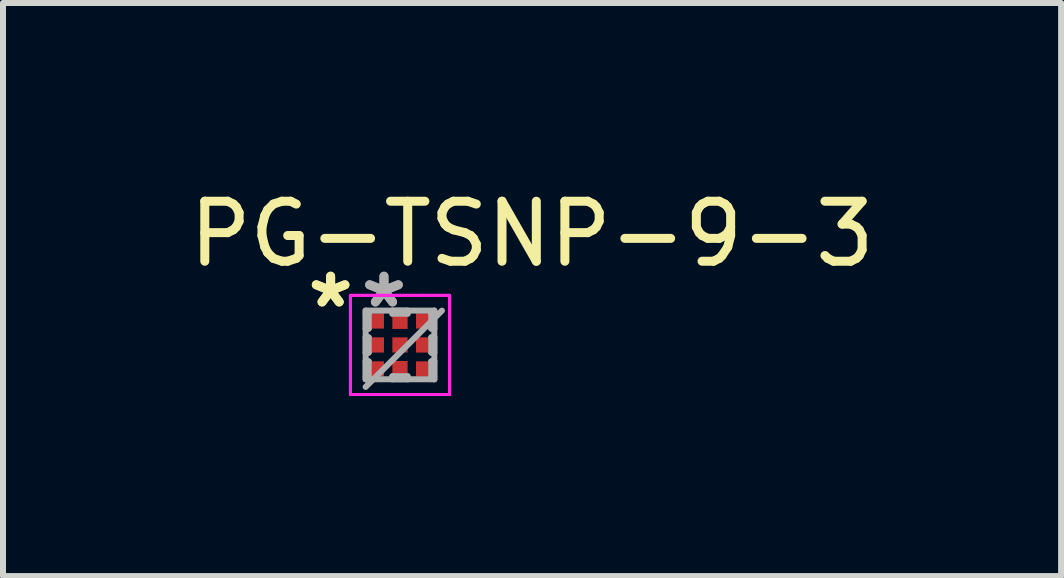
<source format=kicad_pcb>
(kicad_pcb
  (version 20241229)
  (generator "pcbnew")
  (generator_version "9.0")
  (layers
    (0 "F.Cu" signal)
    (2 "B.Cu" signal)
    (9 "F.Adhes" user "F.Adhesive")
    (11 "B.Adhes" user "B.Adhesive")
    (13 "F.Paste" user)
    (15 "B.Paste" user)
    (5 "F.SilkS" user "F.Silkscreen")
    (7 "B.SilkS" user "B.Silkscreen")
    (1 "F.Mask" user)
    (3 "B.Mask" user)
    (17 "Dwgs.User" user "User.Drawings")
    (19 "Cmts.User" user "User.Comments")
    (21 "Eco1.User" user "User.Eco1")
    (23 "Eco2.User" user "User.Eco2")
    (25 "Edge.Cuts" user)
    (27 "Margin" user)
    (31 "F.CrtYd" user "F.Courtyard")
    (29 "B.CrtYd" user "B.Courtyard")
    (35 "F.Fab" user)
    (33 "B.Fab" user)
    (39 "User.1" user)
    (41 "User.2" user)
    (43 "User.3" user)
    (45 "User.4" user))
  (footprint "PG-TSNP-9-3"
    (layer "F.Cu")
    (at 3.615 2.698)
    (property "Reference" "PG-TSNP-9-3" (at 2.2 -1.85 0) (layer "F.SilkS") (effects (font (size 1 1) (thickness 0.15))))
    (attr through_hole)
    (fp_line (start -0.826 -0.826) (end -0.381 -0.826) (stroke (width 0.05) (type solid)) (layer "F.CrtYd"))
    (fp_line (start -0.826 -0.826) (end -0.381 -0.826) (stroke (width 0.05) (type solid)) (layer "F.CrtYd"))
    (fp_line (start -0.826 -0.781) (end -0.826 -0.826) (stroke (width 0.05) (type solid)) (layer "F.CrtYd"))
    (fp_line (start -0.826 -0.781) (end -0.826 -0.826) (stroke (width 0.05) (type solid)) (layer "F.CrtYd"))
    (fp_line (start -0.826 -0.781) (end -0.826 -0.781) (stroke (width 0.05) (type solid)) (layer "F.CrtYd"))
    (fp_line (start -0.826 -0.781) (end -0.826 -0.781) (stroke (width 0.05) (type solid)) (layer "F.CrtYd"))
    (fp_line (start -0.826 0.781) (end -0.826 -0.781) (stroke (width 0.05) (type solid)) (layer "F.CrtYd"))
    (fp_line (start -0.826 0.781) (end -0.826 -0.781) (stroke (width 0.05) (type solid)) (layer "F.CrtYd"))
    (fp_line (start -0.826 0.781) (end -0.826 0.781) (stroke (width 0.05) (type solid)) (layer "F.CrtYd"))
    (fp_line (start -0.826 0.781) (end -0.826 0.781) (stroke (width 0.05) (type solid)) (layer "F.CrtYd"))
    (fp_line (start -0.826 0.826) (end -0.826 0.781) (stroke (width 0.05) (type solid)) (layer "F.CrtYd"))
    (fp_line (start -0.826 0.826) (end -0.826 0.781) (stroke (width 0.05) (type solid)) (layer "F.CrtYd"))
    (fp_line (start -0.381 -0.826) (end -0.381 -0.826) (stroke (width 0.05) (type solid)) (layer "F.CrtYd"))
    (fp_line (start -0.381 -0.826) (end -0.381 -0.826) (stroke (width 0.05) (type solid)) (layer "F.CrtYd"))
    (fp_line (start -0.381 -0.826) (end 0.381 -0.826) (stroke (width 0.05) (type solid)) (layer "F.CrtYd"))
    (fp_line (start -0.381 -0.826) (end 0.381 -0.826) (stroke (width 0.05) (type solid)) (layer "F.CrtYd"))
    (fp_line (start -0.381 0.826) (end -0.826 0.826) (stroke (width 0.05) (type solid)) (layer "F.CrtYd"))
    (fp_line (start -0.381 0.826) (end -0.826 0.826) (stroke (width 0.05) (type solid)) (layer "F.CrtYd"))
    (fp_line (start -0.381 0.826) (end -0.381 0.826) (stroke (width 0.05) (type solid)) (layer "F.CrtYd"))
    (fp_line (start -0.381 0.826) (end -0.381 0.826) (stroke (width 0.05) (type solid)) (layer "F.CrtYd"))
    (fp_line (start 0.381 -0.826) (end 0.381 -0.826) (stroke (width 0.05) (type solid)) (layer "F.CrtYd"))
    (fp_line (start 0.381 -0.826) (end 0.381 -0.826) (stroke (width 0.05) (type solid)) (layer "F.CrtYd"))
    (fp_line (start 0.381 -0.826) (end 0.826 -0.826) (stroke (width 0.05) (type solid)) (layer "F.CrtYd"))
    (fp_line (start 0.381 -0.826) (end 0.826 -0.826) (stroke (width 0.05) (type solid)) (layer "F.CrtYd"))
    (fp_line (start 0.381 0.826) (end -0.381 0.826) (stroke (width 0.05) (type solid)) (layer "F.CrtYd"))
    (fp_line (start 0.381 0.826) (end -0.381 0.826) (stroke (width 0.05) (type solid)) (layer "F.CrtYd"))
    (fp_line (start 0.381 0.826) (end 0.381 0.826) (stroke (width 0.05) (type solid)) (layer "F.CrtYd"))
    (fp_line (start 0.381 0.826) (end 0.381 0.826) (stroke (width 0.05) (type solid)) (layer "F.CrtYd"))
    (fp_line (start 0.826 -0.826) (end 0.826 -0.781) (stroke (width 0.05) (type solid)) (layer "F.CrtYd"))
    (fp_line (start 0.826 -0.826) (end 0.826 -0.781) (stroke (width 0.05) (type solid)) (layer "F.CrtYd"))
    (fp_line (start 0.826 -0.781) (end 0.826 -0.781) (stroke (width 0.05) (type solid)) (layer "F.CrtYd"))
    (fp_line (start 0.826 -0.781) (end 0.826 -0.781) (stroke (width 0.05) (type solid)) (layer "F.CrtYd"))
    (fp_line (start 0.826 -0.781) (end 0.826 0.781) (stroke (width 0.05) (type solid)) (layer "F.CrtYd"))
    (fp_line (start 0.826 -0.781) (end 0.826 0.781) (stroke (width 0.05) (type solid)) (layer "F.CrtYd"))
    (fp_line (start 0.826 0.781) (end 0.826 0.781) (stroke (width 0.05) (type solid)) (layer "F.CrtYd"))
    (fp_line (start 0.826 0.781) (end 0.826 0.781) (stroke (width 0.05) (type solid)) (layer "F.CrtYd"))
    (fp_line (start 0.826 0.781) (end 0.826 0.826) (stroke (width 0.05) (type solid)) (layer "F.CrtYd"))
    (fp_line (start 0.826 0.781) (end 0.826 0.826) (stroke (width 0.05) (type solid)) (layer "F.CrtYd"))
    (fp_line (start 0.826 0.826) (end 0.381 0.826) (stroke (width 0.05) (type solid)) (layer "F.CrtYd"))
    (fp_line (start 0.826 0.826) (end 0.381 0.826) (stroke (width 0.05) (type solid)) (layer "F.CrtYd"))
    (fp_line (start -0.572 -0.572) (end -0.572 -0.572) (stroke (width 0.1) (type solid)) (layer "F.Fab"))
    (fp_line (start -0.572 -0.572) (end -0.572 0.572) (stroke (width 0.1) (type solid)) (layer "F.Fab"))
    (fp_line (start -0.572 -0.527) (end -0.521 -0.527) (stroke (width 0.1) (type solid)) (layer "F.Fab"))
    (fp_line (start -0.572 -0.273) (end -0.572 -0.527) (stroke (width 0.1) (type solid)) (layer "F.Fab"))
    (fp_line (start -0.572 -0.127) (end -0.521 -0.127) (stroke (width 0.1) (type solid)) (layer "F.Fab"))
    (fp_line (start -0.572 0.127) (end -0.572 -0.127) (stroke (width 0.1) (type solid)) (layer "F.Fab"))
    (fp_line (start -0.572 0.273) (end -0.521 0.273) (stroke (width 0.1) (type solid)) (layer "F.Fab"))
    (fp_line (start -0.572 0.527) (end -0.572 0.273) (stroke (width 0.1) (type solid)) (layer "F.Fab"))
    (fp_line (start -0.572 0.572) (end -0.572 0.572) (stroke (width 0.1) (type solid)) (layer "F.Fab"))
    (fp_line (start -0.572 0.572) (end 0.572 0.572) (stroke (width 0.1) (type solid)) (layer "F.Fab"))
    (fp_line (start -0.572 0.699) (end 0.699 -0.572) (stroke (width 0.1) (type solid)) (layer "F.Fab"))
    (fp_line (start -0.521 -0.527) (end -0.521 -0.273) (stroke (width 0.1) (type solid)) (layer "F.Fab"))
    (fp_line (start -0.521 -0.273) (end -0.572 -0.273) (stroke (width 0.1) (type solid)) (layer "F.Fab"))
    (fp_line (start -0.521 -0.127) (end -0.521 0.127) (stroke (width 0.1) (type solid)) (layer "F.Fab"))
    (fp_line (start -0.521 0.127) (end -0.572 0.127) (stroke (width 0.1) (type solid)) (layer "F.Fab"))
    (fp_line (start -0.521 0.273) (end -0.521 0.527) (stroke (width 0.1) (type solid)) (layer "F.Fab"))
    (fp_line (start -0.521 0.527) (end -0.572 0.527) (stroke (width 0.1) (type solid)) (layer "F.Fab"))
    (fp_line (start -0.127 -0.572) (end 0.127 -0.572) (stroke (width 0.1) (type solid)) (layer "F.Fab"))
    (fp_line (start -0.127 -0.521) (end -0.127 -0.572) (stroke (width 0.1) (type solid)) (layer "F.Fab"))
    (fp_line (start -0.127 0.521) (end 0.127 0.521) (stroke (width 0.1) (type solid)) (layer "F.Fab"))
    (fp_line (start -0.127 0.572) (end -0.127 0.521) (stroke (width 0.1) (type solid)) (layer "F.Fab"))
    (fp_line (start 0.127 -0.572) (end 0.127 -0.521) (stroke (width 0.1) (type solid)) (layer "F.Fab"))
    (fp_line (start 0.127 -0.521) (end -0.127 -0.521) (stroke (width 0.1) (type solid)) (layer "F.Fab"))
    (fp_line (start 0.127 0.521) (end 0.127 0.572) (stroke (width 0.1) (type solid)) (layer "F.Fab"))
    (fp_line (start 0.127 0.572) (end -0.127 0.572) (stroke (width 0.1) (type solid)) (layer "F.Fab"))
    (fp_line (start 0.521 -0.527) (end 0.572 -0.527) (stroke (width 0.1) (type solid)) (layer "F.Fab"))
    (fp_line (start 0.521 -0.273) (end 0.521 -0.527) (stroke (width 0.1) (type solid)) (layer "F.Fab"))
    (fp_line (start 0.521 -0.127) (end 0.572 -0.127) (stroke (width 0.1) (type solid)) (layer "F.Fab"))
    (fp_line (start 0.521 0.127) (end 0.521 -0.127) (stroke (width 0.1) (type solid)) (layer "F.Fab"))
    (fp_line (start 0.521 0.273) (end 0.572 0.273) (stroke (width 0.1) (type solid)) (layer "F.Fab"))
    (fp_line (start 0.521 0.527) (end 0.521 0.273) (stroke (width 0.1) (type solid)) (layer "F.Fab"))
    (fp_line (start 0.572 -0.572) (end -0.572 -0.572) (stroke (width 0.1) (type solid)) (layer "F.Fab"))
    (fp_line (start 0.572 -0.572) (end 0.572 -0.572) (stroke (width 0.1) (type solid)) (layer "F.Fab"))
    (fp_line (start 0.572 -0.527) (end 0.572 -0.273) (stroke (width 0.1) (type solid)) (layer "F.Fab"))
    (fp_line (start 0.572 -0.273) (end 0.521 -0.273) (stroke (width 0.1) (type solid)) (layer "F.Fab"))
    (fp_line (start 0.572 -0.127) (end 0.572 0.127) (stroke (width 0.1) (type solid)) (layer "F.Fab"))
    (fp_line (start 0.572 0.127) (end 0.521 0.127) (stroke (width 0.1) (type solid)) (layer "F.Fab"))
    (fp_line (start 0.572 0.273) (end 0.572 0.527) (stroke (width 0.1) (type solid)) (layer "F.Fab"))
    (fp_line (start 0.572 0.527) (end 0.521 0.527) (stroke (width 0.1) (type solid)) (layer "F.Fab"))
    (fp_line (start 0.572 0.572) (end 0.572 -0.572) (stroke (width 0.1) (type solid)) (layer "F.Fab"))
    (fp_line (start 0.572 0.572) (end 0.572 0.572) (stroke (width 0.1) (type solid)) (layer "F.Fab"))
    (fp_text user "*" (at -1.156 -0.6 0) (layer "F.SilkS") (effects (font (size 1 1) (thickness 0.15))))
    (fp_text user "*" (at -1.156 -0.6 0) (layer "F.SilkS") (effects (font (size 1 1) (thickness 0.15))))
    (fp_text user "*" (at -0.267 -0.6 0) (layer "F.Fab") (effects (font (size 1 1) (thickness 0.15))))
    (fp_text user "*" (at -0.267 -0.6 0) (layer "F.Fab") (effects (font (size 1 1) (thickness 0.15))))
    (pad "1" smd rect (at -0.394 -0.4 90) (size 0.254 0.254) (layers "F.Cu" "F.Mask" "F.Paste"))
    (pad "2" smd rect (at -0.394 0 90) (size 0.254 0.254) (layers "F.Cu" "F.Mask" "F.Paste"))
    (pad "3" smd rect (at -0.394 0.4 90) (size 0.254 0.254) (layers "F.Cu" "F.Mask" "F.Paste"))
    (pad "4" smd rect (at 0 0.394) (size 0.254 0.254) (layers "F.Cu" "F.Mask" "F.Paste"))
    (pad "5" smd rect (at 0.394 0.4 90) (size 0.254 0.254) (layers "F.Cu" "F.Mask" "F.Paste"))
    (pad "6" smd rect (at 0.394 0 90) (size 0.254 0.254) (layers "F.Cu" "F.Mask" "F.Paste"))
    (pad "7" smd rect (at 0.394 -0.4 90) (size 0.254 0.254) (layers "F.Cu" "F.Mask" "F.Paste"))
    (pad "8" smd rect (at 0 -0.394) (size 0.254 0.254) (layers "F.Cu" "F.Mask" "F.Paste"))
    (pad "9" smd rect (at 0 0) (size 0.254 0.254) (layers "F.Cu" "F.Mask" "F.Paste")))
  (gr_rect
    (start -3 -3)
    (end 14.631 6.549)
    (stroke (width 0.1) (type default))
    (fill no)
    (layer "Edge.Cuts")))
</source>
